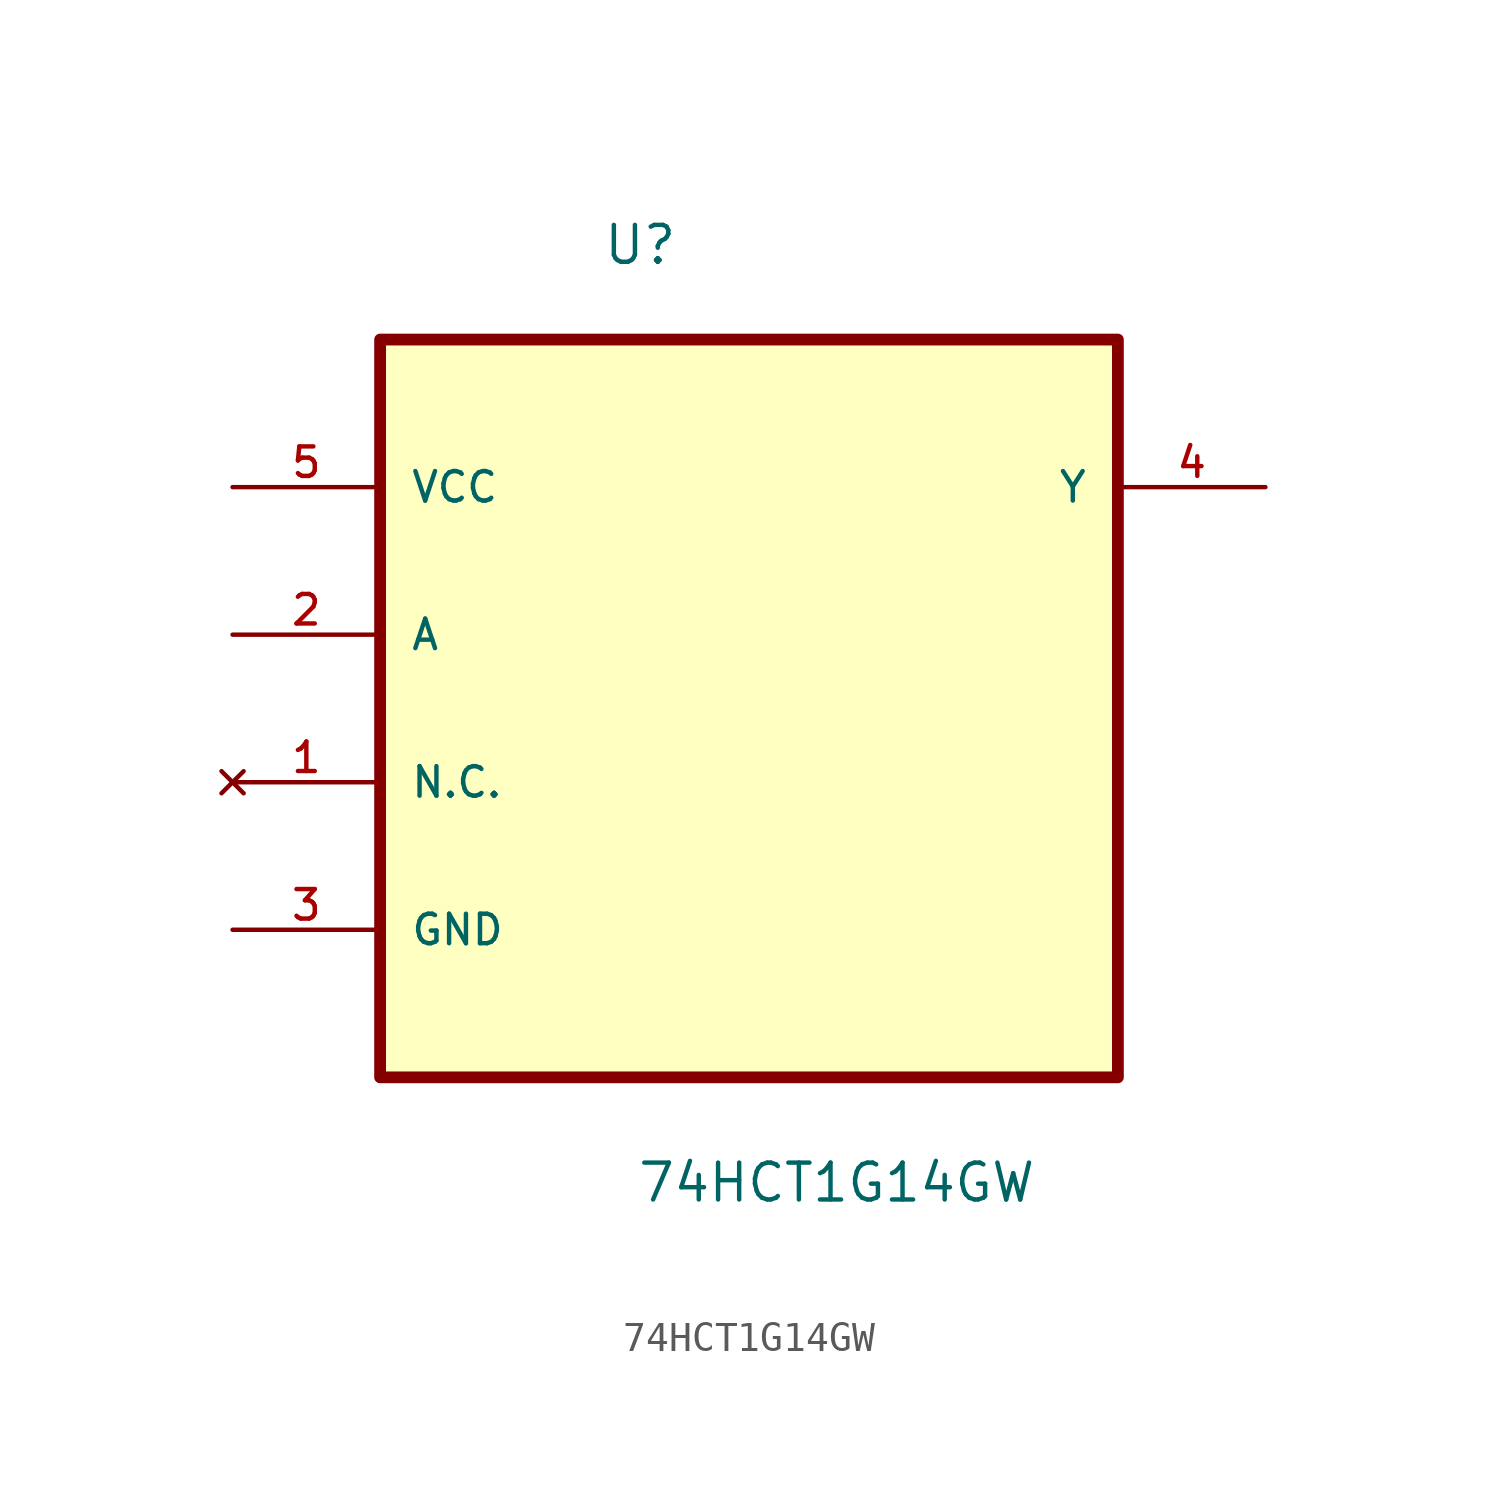
<source format=kicad_sym>
(kicad_symbol_lib
  (version 20201005)
  (generator kicad_symbol_editor)
  (symbol "Logic:74HCT1G14GW"
    (pin_names
      (offset 1.016))
    (property "Reference" "U"
      (at -5.055 12.675 0)
      (effects (font (size 1.27 1.27)) (justify left bottom)))
    (property "Value" "74HCT1G14GW"
      (at -3.886 -19.609 0)
      (effects (font (size 1.27 1.27)) (justify left bottom)))
    (property "ki_locked" ""
      (at 0 0 0)
      (effects (font (size 1.27 1.27))))
    (symbol "74HCT1G14GW_0_0"
      (rectangle (start -12.7 -15.24) (end 12.7 10.16) (stroke (width 0.406)) (fill (type background)))
      (pin no_connect line (at -17.78 -5.08 0) (length 5.08) (name "N.C." (effects (font (size 1.016 1.016)))) (number "1" (effects (font (size 1.016 1.016)))))
      (pin input line (at -17.78 0 0) (length 5.08) (name "A" (effects (font (size 1.016 1.016)))) (number "2" (effects (font (size 1.016 1.016)))))
      (pin passive line (at -17.78 -10.16 0) (length 5.08) (name "GND" (effects (font (size 1.016 1.016)))) (number "3" (effects (font (size 1.016 1.016)))))
      (pin output line (at 17.78 5.08 180) (length 5.08) (name "Y" (effects (font (size 1.016 1.016)))) (number "4" (effects (font (size 1.016 1.016)))))
      (pin power_in line (at -17.78 5.08 0) (length 5.08) (name "VCC" (effects (font (size 1.016 1.016)))) (number "5" (effects (font (size 1.016 1.016))))))))
</source>
